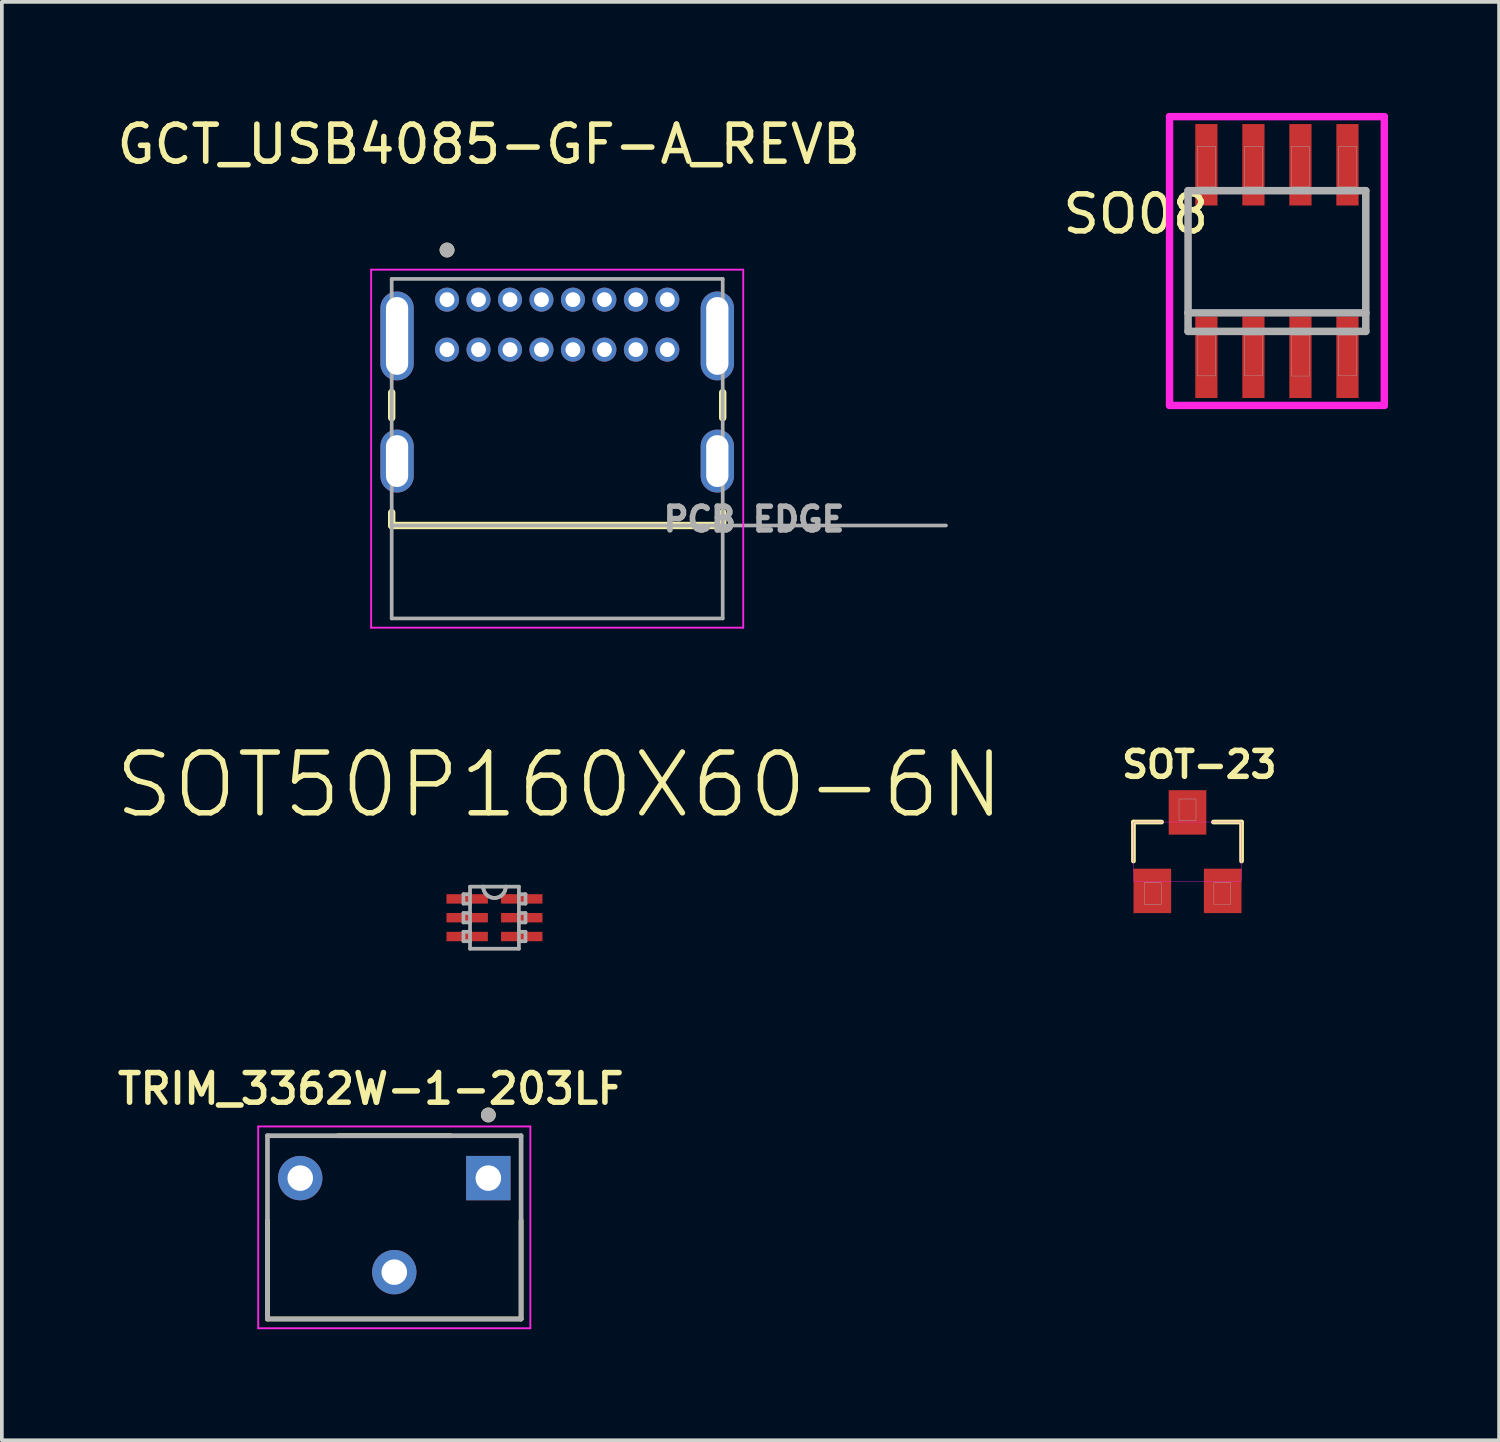
<source format=kicad_pcb>
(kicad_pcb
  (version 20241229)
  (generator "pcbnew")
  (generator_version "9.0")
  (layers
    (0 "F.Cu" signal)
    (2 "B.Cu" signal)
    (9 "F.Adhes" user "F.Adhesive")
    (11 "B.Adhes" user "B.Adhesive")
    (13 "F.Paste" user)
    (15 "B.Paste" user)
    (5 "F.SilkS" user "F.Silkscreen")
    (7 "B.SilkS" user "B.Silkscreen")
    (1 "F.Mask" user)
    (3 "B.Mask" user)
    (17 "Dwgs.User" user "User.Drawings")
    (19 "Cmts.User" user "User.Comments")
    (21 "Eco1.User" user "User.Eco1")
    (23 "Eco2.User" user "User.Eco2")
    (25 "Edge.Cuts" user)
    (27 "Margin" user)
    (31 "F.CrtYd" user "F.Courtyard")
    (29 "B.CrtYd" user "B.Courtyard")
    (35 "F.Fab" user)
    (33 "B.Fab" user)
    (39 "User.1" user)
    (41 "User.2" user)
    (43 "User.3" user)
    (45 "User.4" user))
  (footprint "GCT_USB4085-GF-A_REVB"
    (layer "F.Cu")
    (at 11.999 9.403)
    (property "Reference" "GCT_USB4085-GF-A_REVB" (at -1.85 -8.555 0) (layer "F.SilkS") (effects (font (size 1 1) (thickness 0.15))))
    (attr through_hole)
    (fp_line (start -4.47 -1.85) (end -4.47 -1.17) (stroke (width 0.2) (type solid)) (layer "F.SilkS"))
    (fp_line (start -4.47 1.39) (end -4.47 1.74) (stroke (width 0.2) (type solid)) (layer "F.SilkS"))
    (fp_line (start -4.47 1.74) (end 4.47 1.74) (stroke (width 0.2) (type solid)) (layer "F.SilkS"))
    (fp_line (start 4.47 -1.85) (end 4.47 -1.17) (stroke (width 0.2) (type solid)) (layer "F.SilkS"))
    (fp_line (start 4.47 1.74) (end 4.47 1.39) (stroke (width 0.2) (type solid)) (layer "F.SilkS"))
    (fp_circle (center -2.975 -5.7) (end -2.875 -5.7) (stroke (width 0.2) (type solid)) (fill no) (layer "F.SilkS"))
    (fp_line (start -5.025 -5.17) (end 5.025 -5.17) (stroke (width 0.05) (type solid)) (layer "F.CrtYd"))
    (fp_line (start -5.025 4.5) (end -5.025 -5.17) (stroke (width 0.05) (type solid)) (layer "F.CrtYd"))
    (fp_line (start 5.025 -5.17) (end 5.025 4.5) (stroke (width 0.05) (type solid)) (layer "F.CrtYd"))
    (fp_line (start 5.025 4.5) (end -5.025 4.5) (stroke (width 0.05) (type solid)) (layer "F.CrtYd"))
    (fp_line (start -4.47 -4.92) (end 4.47 -4.92) (stroke (width 0.1) (type solid)) (layer "F.Fab"))
    (fp_line (start -4.47 1.74) (end -4.47 -4.92) (stroke (width 0.1) (type solid)) (layer "F.Fab"))
    (fp_line (start -4.47 1.74) (end 10.5 1.74) (stroke (width 0.1) (type solid)) (layer "F.Fab"))
    (fp_line (start -4.47 4.25) (end -4.47 1.74) (stroke (width 0.1) (type solid)) (layer "F.Fab"))
    (fp_line (start 4.47 -4.92) (end 4.47 4.25) (stroke (width 0.1) (type solid)) (layer "F.Fab"))
    (fp_line (start 4.47 4.25) (end -4.47 4.25) (stroke (width 0.1) (type solid)) (layer "F.Fab"))
    (fp_circle (center -2.975 -5.7) (end -2.875 -5.7) (stroke (width 0.2) (type solid)) (fill no) (layer "F.Fab"))
    (fp_text user "PCB EDGE" (at 5.315 1.57 0) (layer "F.Fab") (effects (font (size 0.64 0.64) (thickness 0.15))))
    (pad "A1" thru_hole circle (at -2.975 -4.36) (size 0.65 0.65) (drill 0.4) (layers "*.Cu" "*.Mask"))
    (pad "A4" thru_hole circle (at -2.125 -4.36) (size 0.65 0.65) (drill 0.4) (layers "*.Cu" "*.Mask"))
    (pad "A5" thru_hole circle (at -1.275 -4.36) (size 0.65 0.65) (drill 0.4) (layers "*.Cu" "*.Mask"))
    (pad "A6" thru_hole circle (at -0.425 -4.36) (size 0.65 0.65) (drill 0.4) (layers "*.Cu" "*.Mask"))
    (pad "A7" thru_hole circle (at 0.425 -4.36) (size 0.65 0.65) (drill 0.4) (layers "*.Cu" "*.Mask"))
    (pad "A8" thru_hole circle (at 1.275 -4.36) (size 0.65 0.65) (drill 0.4) (layers "*.Cu" "*.Mask"))
    (pad "A9" thru_hole circle (at 2.125 -4.36) (size 0.65 0.65) (drill 0.4) (layers "*.Cu" "*.Mask"))
    (pad "A12" thru_hole circle (at 2.975 -4.36) (size 0.65 0.65) (drill 0.4) (layers "*.Cu" "*.Mask"))
    (pad "B1" thru_hole circle (at 2.975 -3.01) (size 0.65 0.65) (drill 0.4) (layers "*.Cu" "*.Mask"))
    (pad "B4" thru_hole circle (at 2.125 -3.01) (size 0.65 0.65) (drill 0.4) (layers "*.Cu" "*.Mask"))
    (pad "B5" thru_hole circle (at 1.275 -3.01) (size 0.65 0.65) (drill 0.4) (layers "*.Cu" "*.Mask"))
    (pad "B6" thru_hole circle (at 0.425 -3.01) (size 0.65 0.65) (drill 0.4) (layers "*.Cu" "*.Mask"))
    (pad "B7" thru_hole circle (at -0.425 -3.01) (size 0.65 0.65) (drill 0.4) (layers "*.Cu" "*.Mask"))
    (pad "B8" thru_hole circle (at -1.275 -3.01) (size 0.65 0.65) (drill 0.4) (layers "*.Cu" "*.Mask"))
    (pad "B9" thru_hole circle (at -2.125 -3.01) (size 0.65 0.65) (drill 0.4) (layers "*.Cu" "*.Mask"))
    (pad "B12" thru_hole circle (at -2.975 -3.01) (size 0.65 0.65) (drill 0.4) (layers "*.Cu" "*.Mask"))
    (pad "S1" thru_hole oval (at -4.325 0) (size 0.9 1.7) (drill oval 0.6 1.4) (layers "*.Cu" "*.Mask"))
    (pad "S2" thru_hole oval (at 4.325 0) (size 0.9 1.7) (drill oval 0.6 1.4) (layers "*.Cu" "*.Mask"))
    (pad "S3" thru_hole oval (at -4.325 -3.38) (size 0.9 2.4) (drill oval 0.6 2.1) (layers "*.Cu" "*.Mask"))
    (pad "S4" thru_hole oval (at 4.325 -3.38) (size 0.9 2.4) (drill oval 0.6 2.1) (layers "*.Cu" "*.Mask")))
  (footprint "SO08"
    (layer "F.Cu")
    (at 31.438 4)
    (property "Reference" "SO08" (at -3.811 -1.27 180) (layer "F.SilkS") (effects (font (size 1 1) (thickness 0.15))))
    (attr smd)
    (fp_line (start -2.9 -3.9) (end 2.9 -3.9) (stroke (width 0.2) (type solid)) (layer "F.CrtYd"))
    (fp_line (start -2.9 3.9) (end -2.9 -3.9) (stroke (width 0.2) (type solid)) (layer "F.CrtYd"))
    (fp_line (start 2.9 -3.9) (end 2.9 3.9) (stroke (width 0.2) (type solid)) (layer "F.CrtYd"))
    (fp_line (start 2.9 3.9) (end -2.9 3.9) (stroke (width 0.2) (type solid)) (layer "F.CrtYd"))
    (fp_line (start -2.4 -1.9) (end 2.4 -1.9) (stroke (width 0.203) (type solid)) (layer "F.Fab"))
    (fp_line (start -2.4 1.4) (end -2.4 -1.9) (stroke (width 0.203) (type solid)) (layer "F.Fab"))
    (fp_line (start -2.4 1.9) (end -2.4 1.4) (stroke (width 0.203) (type solid)) (layer "F.Fab"))
    (fp_line (start 2.4 -1.9) (end 2.4 1.4) (stroke (width 0.203) (type solid)) (layer "F.Fab"))
    (fp_line (start 2.4 1.4) (end -2.4 1.4) (stroke (width 0.203) (type solid)) (layer "F.Fab"))
    (fp_line (start 2.4 1.4) (end 2.4 1.9) (stroke (width 0.203) (type solid)) (layer "F.Fab"))
    (fp_line (start 2.4 1.9) (end -2.4 1.9) (stroke (width 0.203) (type solid)) (layer "F.Fab"))
    (fp_poly (pts (xy -2.151 -3.1) (xy -1.66 -3.1) (xy -1.66 -2.001) (xy -2.151 -2.001)) (stroke (width 0.01) (type solid)) (fill no) (layer "F.Fab"))
    (fp_poly (pts (xy -2.151 2) (xy -1.66 2) (xy -1.66 3.102) (xy -2.151 3.102)) (stroke (width 0.01) (type solid)) (fill no) (layer "F.Fab"))
    (fp_poly (pts (xy -0.881 -3.1) (xy -0.39 -3.1) (xy -0.39 -2.002) (xy -0.881 -2.002)) (stroke (width 0.01) (type solid)) (fill no) (layer "F.Fab"))
    (fp_poly (pts (xy -0.88 2) (xy -0.39 2) (xy -0.39 3.101) (xy -0.88 3.101)) (stroke (width 0.01) (type solid)) (fill no) (layer "F.Fab"))
    (fp_poly (pts (xy 0.39 -3.1) (xy 0.88 -3.1) (xy 0.88 -2.001) (xy 0.39 -2.001)) (stroke (width 0.01) (type solid)) (fill no) (layer "F.Fab"))
    (fp_poly (pts (xy 0.391 2) (xy 0.88 2) (xy 0.88 3.106) (xy 0.391 3.106)) (stroke (width 0.01) (type solid)) (fill no) (layer "F.Fab"))
    (fp_poly (pts (xy 1.66 2) (xy 2.15 2) (xy 2.15 3.101) (xy 1.66 3.101)) (stroke (width 0.01) (type solid)) (fill no) (layer "F.Fab"))
    (fp_poly (pts (xy 1.662 -3.1) (xy 2.15 -3.1) (xy 2.15 -2.002) (xy 1.662 -2.002)) (stroke (width 0.01) (type solid)) (fill no) (layer "F.Fab"))
    (pad "1" smd rect (at -1.905 2.6) (size 0.6 2.2) (layers "F.Cu" "F.Mask" "F.Paste"))
    (pad "2" smd rect (at -0.635 2.6) (size 0.6 2.2) (layers "F.Cu" "F.Mask" "F.Paste"))
    (pad "3" smd rect (at 0.635 2.6) (size 0.6 2.2) (layers "F.Cu" "F.Mask" "F.Paste"))
    (pad "4" smd rect (at 1.905 2.6) (size 0.6 2.2) (layers "F.Cu" "F.Mask" "F.Paste"))
    (pad "5" smd rect (at 1.905 -2.6) (size 0.6 2.2) (layers "F.Cu" "F.Mask" "F.Paste"))
    (pad "6" smd rect (at 0.635 -2.6) (size 0.6 2.2) (layers "F.Cu" "F.Mask" "F.Paste"))
    (pad "7" smd rect (at -0.635 -2.6) (size 0.6 2.2) (layers "F.Cu" "F.Mask" "F.Paste"))
    (pad "8" smd rect (at -1.905 -2.6) (size 0.6 2.2) (layers "F.Cu" "F.Mask" "F.Paste")))
  (footprint "SOT-23"
    (layer "F.Cu")
    (at 29.023 19.952)
    (property "Reference" "SOT-23" (at 0.318 -2.351 0) (layer "F.SilkS") (effects (font (size 0.7 0.7) (thickness 0.15))))
    (attr smd)
    (fp_line (start -1.46 -0.8) (end -1.46 0.254) (stroke (width 0.127) (type solid)) (layer "F.SilkS"))
    (fp_line (start -0.699 -0.8) (end -1.46 -0.8) (stroke (width 0.127) (type solid)) (layer "F.SilkS"))
    (fp_line (start 1.46 -0.8) (end 0.699 -0.8) (stroke (width 0.127) (type solid)) (layer "F.SilkS"))
    (fp_line (start 1.46 0.254) (end 1.46 -0.8) (stroke (width 0.127) (type solid)) (layer "F.SilkS"))
    (fp_poly (pts (xy -1.451 -0.8) (xy 1.45 -0.8) (xy 1.45 0.801) (xy -1.451 0.801)) (stroke (width 0.01) (type solid)) (fill no) (layer "F.CrtYd"))
    (fp_poly (pts (xy -1.169 0.838) (xy -0.711 0.838) (xy -0.711 1.423) (xy -1.169 1.423)) (stroke (width 0.01) (type solid)) (fill no) (layer "F.Fab"))
    (fp_poly (pts (xy -0.229 -1.422) (xy 0.229 -1.422) (xy 0.229 -0.839) (xy -0.229 -0.839)) (stroke (width 0.01) (type solid)) (fill no) (layer "F.Fab"))
    (fp_poly (pts (xy 0.712 0.838) (xy 1.168 0.838) (xy 1.168 1.424) (xy 0.712 1.424)) (stroke (width 0.01) (type solid)) (fill no) (layer "F.Fab"))
    (pad "1" smd rect (at -0.95 1.06 180) (size 1.016 1.2) (layers "F.Cu" "F.Mask" "F.Paste"))
    (pad "2" smd rect (at 0.95 1.06) (size 1.016 1.2) (layers "F.Cu" "F.Mask" "F.Paste"))
    (pad "3" smd rect (at 0 -1.06) (size 1.016 1.2) (layers "F.Cu" "F.Mask" "F.Paste")))
  (footprint "TRIM_3362W-1-203LF"
    (layer "F.Cu")
    (at 7.599 30.039)
    (property "Reference" "TRIM_3362W-1-203LF" (at -0.635 -3.683 0) (layer "F.SilkS") (effects (font (size 0.8 0.8) (thickness 0.15))))
    (attr through_hole)
    (fp_line (start -3.425 -0.125) (end -3.425 2.535) (stroke (width 0.127) (type solid)) (layer "F.SilkS"))
    (fp_line (start -3.425 2.535) (end 3.425 2.535) (stroke (width 0.127) (type solid)) (layer "F.SilkS"))
    (fp_line (start 1.52 -2.415) (end -1.52 -2.415) (stroke (width 0.127) (type solid)) (layer "F.SilkS"))
    (fp_line (start 3.425 2.535) (end 3.425 -0.125) (stroke (width 0.127) (type solid)) (layer "F.SilkS"))
    (fp_circle (center 2.54 -2.975) (end 2.64 -2.975) (stroke (width 0.2) (type solid)) (fill no) (layer "F.SilkS"))
    (fp_line (start -3.675 -2.665) (end -3.675 2.785) (stroke (width 0.05) (type solid)) (layer "F.CrtYd"))
    (fp_line (start -3.675 2.785) (end 3.675 2.785) (stroke (width 0.05) (type solid)) (layer "F.CrtYd"))
    (fp_line (start 3.675 -2.665) (end -3.675 -2.665) (stroke (width 0.05) (type solid)) (layer "F.CrtYd"))
    (fp_line (start 3.675 2.785) (end 3.675 -2.665) (stroke (width 0.05) (type solid)) (layer "F.CrtYd"))
    (fp_line (start -3.425 -2.415) (end -3.425 2.535) (stroke (width 0.127) (type solid)) (layer "F.Fab"))
    (fp_line (start -3.425 2.535) (end 3.425 2.535) (stroke (width 0.127) (type solid)) (layer "F.Fab"))
    (fp_line (start 3.425 -2.415) (end -3.425 -2.415) (stroke (width 0.127) (type solid)) (layer "F.Fab"))
    (fp_line (start 3.425 2.535) (end 3.425 -2.415) (stroke (width 0.127) (type solid)) (layer "F.Fab"))
    (fp_circle (center 2.54 -2.975) (end 2.64 -2.975) (stroke (width 0.2) (type solid)) (fill no) (layer "F.Fab"))
    (pad "1" thru_hole rect (at 2.54 -1.27) (size 1.198 1.198) (drill 0.69) (layers "*.Cu" "*.Mask"))
    (pad "2" thru_hole circle (at 0 1.27) (size 1.198 1.198) (drill 0.69) (layers "*.Cu" "*.Mask"))
    (pad "3" thru_hole circle (at -2.54 -1.27) (size 1.198 1.198) (drill 0.69) (layers "*.Cu" "*.Mask")))
  (footprint "SOT50P160X60-6N"
    (layer "F.Cu")
    (at 10.305 21.736)
    (property "Reference" "SOT50P160X60-6N" (at 1.754 -3.585 0) (layer "F.SilkS") (effects (font (size 1.641 1.641) (thickness 0.15))))
    (attr smd)
    (fp_line (start -0.838 -0.635) (end -0.838 -0.381) (stroke (width 0.1) (type solid)) (layer "F.Fab"))
    (fp_line (start -0.838 -0.381) (end -0.66 -0.381) (stroke (width 0.1) (type solid)) (layer "F.Fab"))
    (fp_line (start -0.838 -0.127) (end -0.838 0.127) (stroke (width 0.1) (type solid)) (layer "F.Fab"))
    (fp_line (start -0.838 0.127) (end -0.66 0.127) (stroke (width 0.1) (type solid)) (layer "F.Fab"))
    (fp_line (start -0.838 0.381) (end -0.838 0.635) (stroke (width 0.1) (type solid)) (layer "F.Fab"))
    (fp_line (start -0.838 0.635) (end -0.66 0.635) (stroke (width 0.1) (type solid)) (layer "F.Fab"))
    (fp_line (start -0.66 -0.838) (end -0.66 -0.635) (stroke (width 0.1) (type solid)) (layer "F.Fab"))
    (fp_line (start -0.66 -0.635) (end -0.838 -0.635) (stroke (width 0.1) (type solid)) (layer "F.Fab"))
    (fp_line (start -0.66 -0.381) (end -0.66 -0.635) (stroke (width 0.1) (type solid)) (layer "F.Fab"))
    (fp_line (start -0.66 -0.381) (end -0.66 -0.127) (stroke (width 0.1) (type solid)) (layer "F.Fab"))
    (fp_line (start -0.66 -0.127) (end -0.838 -0.127) (stroke (width 0.1) (type solid)) (layer "F.Fab"))
    (fp_line (start -0.66 0.127) (end -0.66 -0.127) (stroke (width 0.1) (type solid)) (layer "F.Fab"))
    (fp_line (start -0.66 0.127) (end -0.66 0.381) (stroke (width 0.1) (type solid)) (layer "F.Fab"))
    (fp_line (start -0.66 0.381) (end -0.838 0.381) (stroke (width 0.1) (type solid)) (layer "F.Fab"))
    (fp_line (start -0.66 0.635) (end -0.66 0.381) (stroke (width 0.1) (type solid)) (layer "F.Fab"))
    (fp_line (start -0.66 0.838) (end -0.66 0.635) (stroke (width 0.1) (type solid)) (layer "F.Fab"))
    (fp_line (start -0.66 0.838) (end 0.66 0.838) (stroke (width 0.1) (type solid)) (layer "F.Fab"))
    (fp_line (start -0.305 -0.838) (end -0.66 -0.838) (stroke (width 0.1) (type solid)) (layer "F.Fab"))
    (fp_line (start 0.305 -0.838) (end -0.305 -0.838) (stroke (width 0.1) (type solid)) (layer "F.Fab"))
    (fp_line (start 0.66 -0.838) (end 0.305 -0.838) (stroke (width 0.1) (type solid)) (layer "F.Fab"))
    (fp_line (start 0.66 -0.838) (end 0.66 -0.635) (stroke (width 0.1) (type solid)) (layer "F.Fab"))
    (fp_line (start 0.66 -0.635) (end 0.66 -0.381) (stroke (width 0.1) (type solid)) (layer "F.Fab"))
    (fp_line (start 0.66 -0.381) (end 0.838 -0.381) (stroke (width 0.1) (type solid)) (layer "F.Fab"))
    (fp_line (start 0.66 -0.127) (end 0.66 -0.381) (stroke (width 0.1) (type solid)) (layer "F.Fab"))
    (fp_line (start 0.66 -0.127) (end 0.66 0.127) (stroke (width 0.1) (type solid)) (layer "F.Fab"))
    (fp_line (start 0.66 0.127) (end 0.838 0.127) (stroke (width 0.1) (type solid)) (layer "F.Fab"))
    (fp_line (start 0.66 0.381) (end 0.66 0.127) (stroke (width 0.1) (type solid)) (layer "F.Fab"))
    (fp_line (start 0.66 0.381) (end 0.66 0.635) (stroke (width 0.1) (type solid)) (layer "F.Fab"))
    (fp_line (start 0.66 0.635) (end 0.838 0.635) (stroke (width 0.1) (type solid)) (layer "F.Fab"))
    (fp_line (start 0.66 0.838) (end 0.66 0.635) (stroke (width 0.1) (type solid)) (layer "F.Fab"))
    (fp_line (start 0.838 -0.635) (end 0.66 -0.635) (stroke (width 0.1) (type solid)) (layer "F.Fab"))
    (fp_line (start 0.838 -0.381) (end 0.838 -0.635) (stroke (width 0.1) (type solid)) (layer "F.Fab"))
    (fp_line (start 0.838 -0.127) (end 0.66 -0.127) (stroke (width 0.1) (type solid)) (layer "F.Fab"))
    (fp_line (start 0.838 0.127) (end 0.838 -0.127) (stroke (width 0.1) (type solid)) (layer "F.Fab"))
    (fp_line (start 0.838 0.381) (end 0.66 0.381) (stroke (width 0.1) (type solid)) (layer "F.Fab"))
    (fp_line (start 0.838 0.635) (end 0.838 0.381) (stroke (width 0.1) (type solid)) (layer "F.Fab"))
    (fp_arc (start 0.3048 -0.8382) (mid 0 -0.5334) (end -0.3048 -0.8382) (stroke (width 0.1) (type solid)) (layer "F.Fab"))
    (fp_arc (start 0.3048 -0.8382) (mid 0 -0.5334) (end -0.3048 -0.8382) (stroke (width 0.1) (type solid)) (layer "F.Fab"))
    (pad "1" smd rect (at -0.737 -0.508) (size 1.118 0.254) (layers "F.Cu" "F.Mask" "F.Paste"))
    (pad "2" smd rect (at -0.737 0) (size 1.118 0.254) (layers "F.Cu" "F.Mask" "F.Paste"))
    (pad "3" smd rect (at -0.737 0.508) (size 1.118 0.254) (layers "F.Cu" "F.Mask" "F.Paste"))
    (pad "4" smd rect (at 0.737 0.508) (size 1.118 0.254) (layers "F.Cu" "F.Mask" "F.Paste"))
    (pad "5" smd rect (at 0.737 0) (size 1.118 0.254) (layers "F.Cu" "F.Mask" "F.Paste"))
    (pad "6" smd rect (at 0.737 -0.508) (size 1.118 0.254) (layers "F.Cu" "F.Mask" "F.Paste")))
  (gr_rect
    (start -3 -3)
    (end 37.438 35.849)
    (stroke (width 0.1) (type default))
    (fill no)
    (layer "Edge.Cuts")))
</source>
